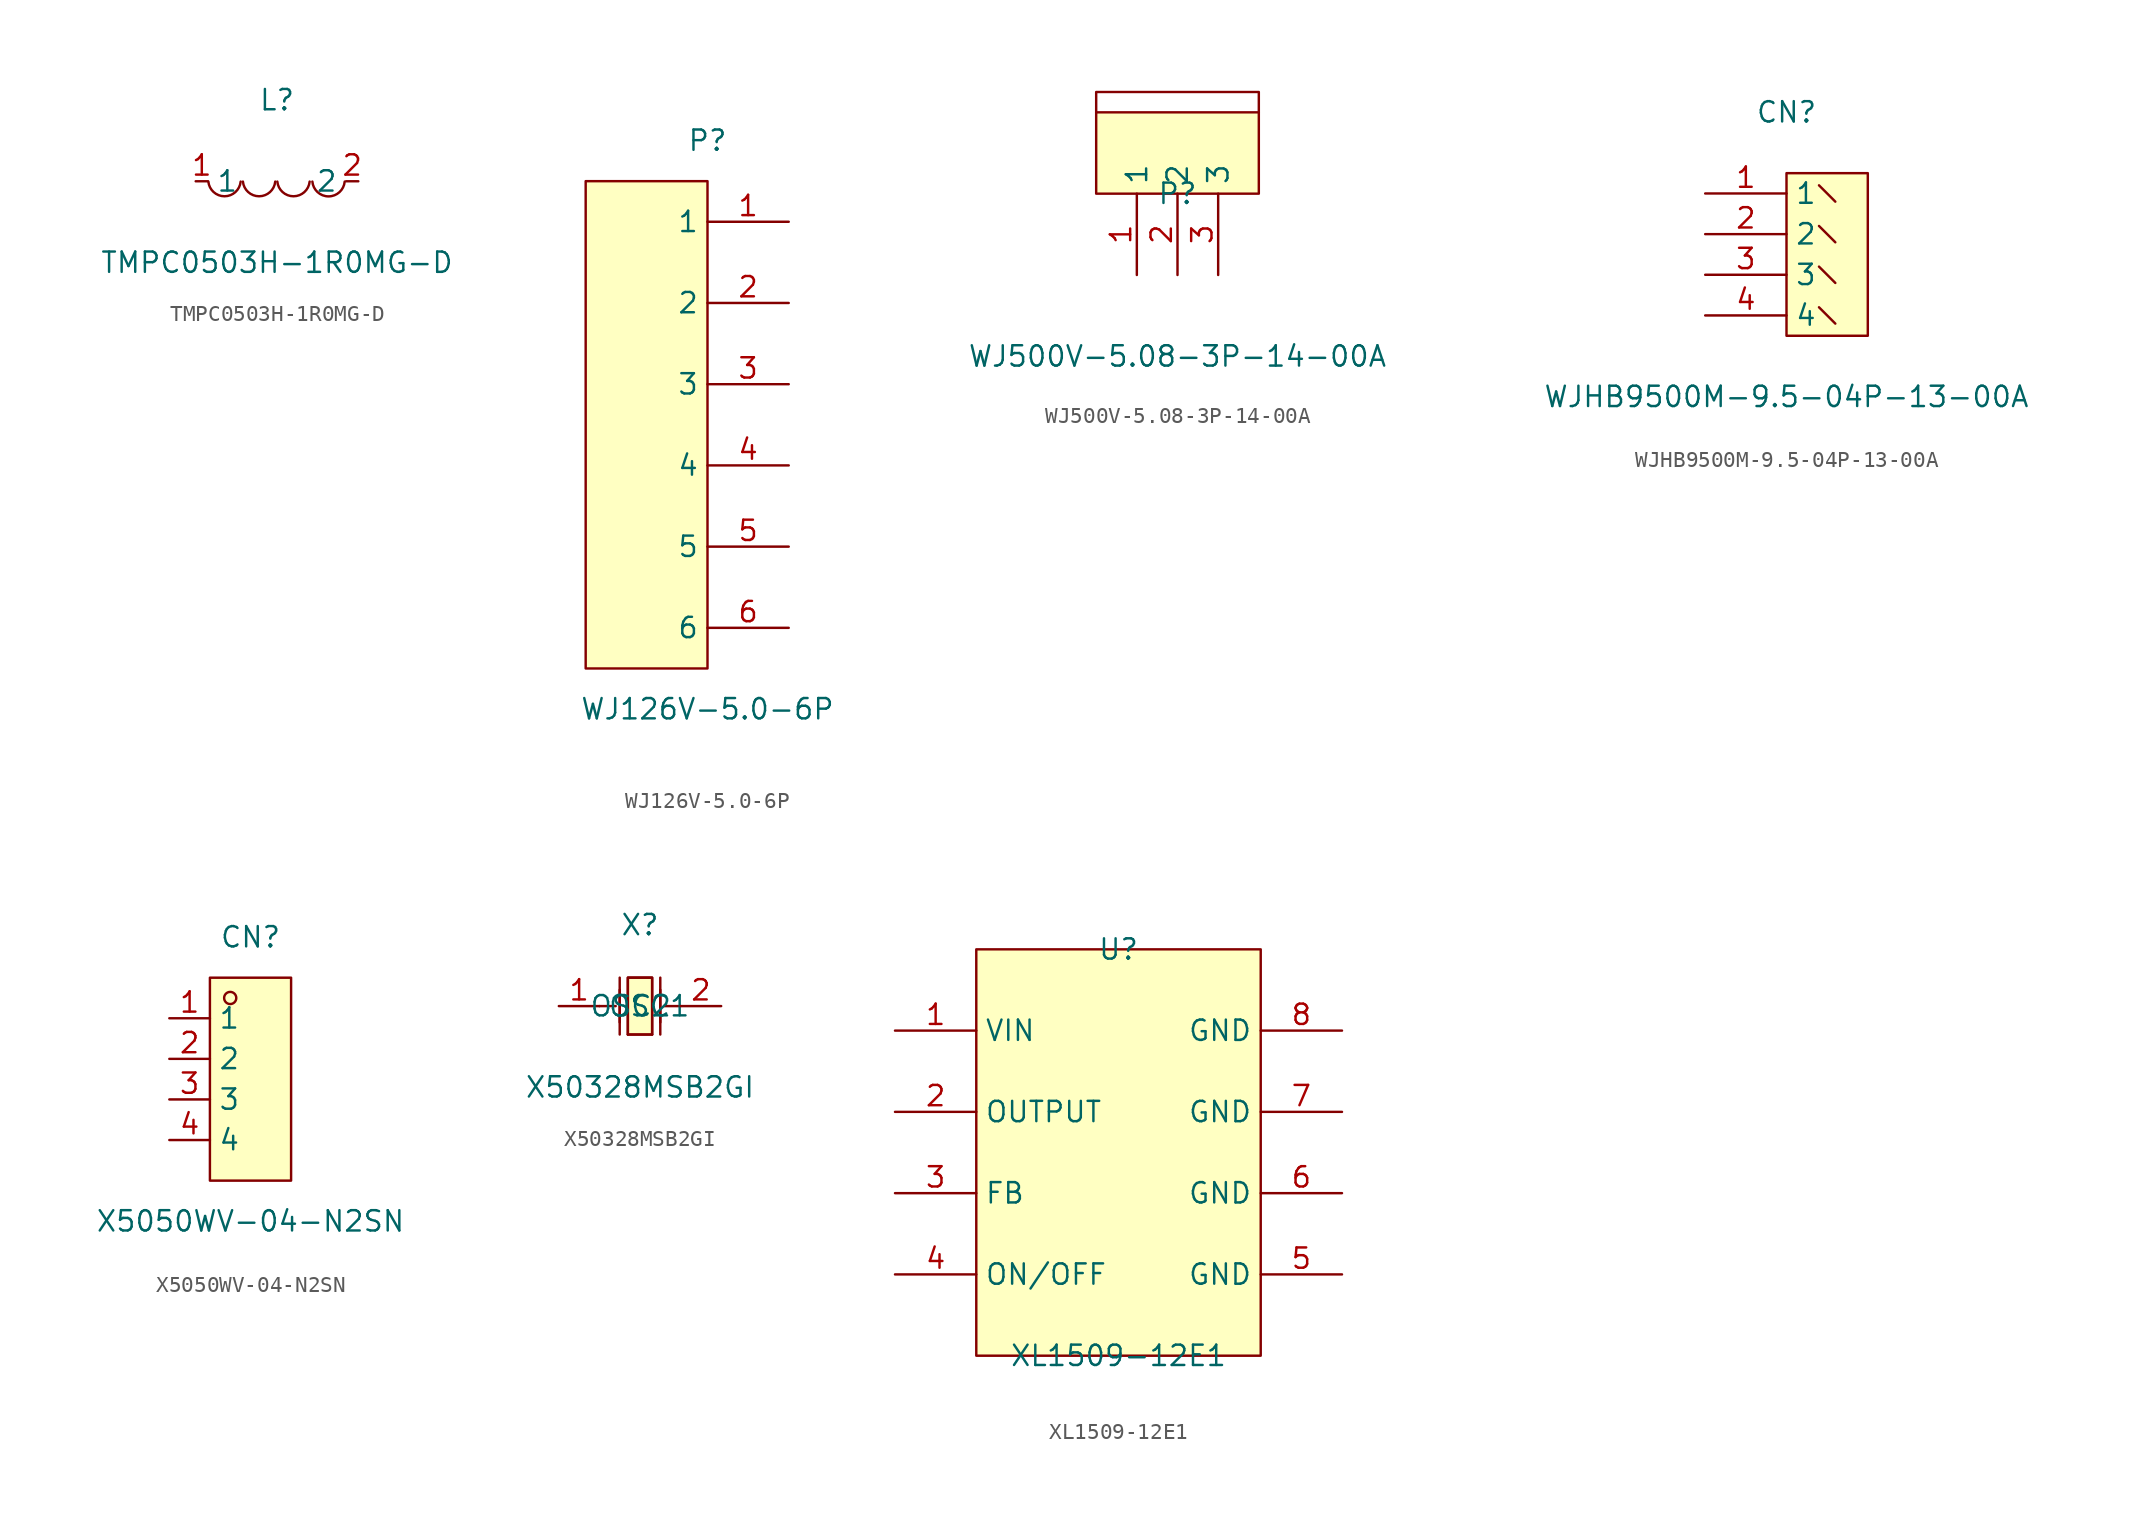
<source format=kicad_sym>
(kicad_symbol_lib
  (version 20211014)
  (generator https://github.com/uPesy/easyeda2kicad.py)
  (symbol "TMPC0503H-1R0MG-D"
    (property "Reference" "L"
      (at 0 5.08 0)
      (effects (font (size 1.27 1.27))))
    (property "Value" "TMPC0503H-1R0MG-D"
      (at 0 -5.08 0)
      (effects (font (size 1.27 1.27))))
    (symbol "TMPC0503H-1R0MG-D_0_1"
      (arc (start 2.21 -0.02) (mid 3.30 -1.12) (end 4.23 -0.02) (stroke (width 0) (type default) (color 0 0 0 0)) (fill (type none)))
      (arc (start 0.02 -0.02) (mid 1.79 -0.79) (end 2.04 -0.02) (stroke (width 0) (type default) (color 0 0 0 0)) (fill (type none)))
      (arc (start -2.13 -0.02) (mid -0.36 -0.79) (end -0.11 -0.02) (stroke (width 0) (type default) (color 0 0 0 0)) (fill (type none)))
      (arc (start -4.29 -0.02) (mid -2.52 -0.79) (end -2.27 -0.02) (stroke (width 0) (type default) (color 0 0 0 0)) (fill (type none)))
      (pin unspecified line (at -5.08 -0.00 0) (length 0.762) (name "1" (effects (font (size 1.27 1.27)))) (number "1" (effects (font (size 1.27 1.27)))))
      (pin unspecified line (at 5.08 -0.00 180) (length 0.762) (name "2" (effects (font (size 1.27 1.27)))) (number "2" (effects (font (size 1.27 1.27)))))))
  (symbol "WJ126V-5.0-6P"
    (property "Reference" "P"
      (at 0 17.78 0)
      (effects (font (size 1.27 1.27))))
    (property "Value" "WJ126V-5.0-6P"
      (at 0 -17.78 0)
      (effects (font (size 1.27 1.27))))
    (symbol "WJ126V-5.0-6P_0_1"
      (rectangle (start -7.62 15.24) (end 0.00 -15.24) (stroke (width 0) (type default) (color 0 0 0 0)) (fill (type background)))
      (pin input line (at 5.08 12.70 180) (length 5.08) (name "1" (effects (font (size 1.27 1.27)))) (number "1" (effects (font (size 1.27 1.27)))))
      (pin input line (at 5.08 7.62 180) (length 5.08) (name "2" (effects (font (size 1.27 1.27)))) (number "2" (effects (font (size 1.27 1.27)))))
      (pin input line (at 5.08 2.54 180) (length 5.08) (name "3" (effects (font (size 1.27 1.27)))) (number "3" (effects (font (size 1.27 1.27)))))
      (pin input line (at 5.08 -2.54 180) (length 5.08) (name "4" (effects (font (size 1.27 1.27)))) (number "4" (effects (font (size 1.27 1.27)))))
      (pin input line (at 5.08 -7.62 180) (length 5.08) (name "5" (effects (font (size 1.27 1.27)))) (number "5" (effects (font (size 1.27 1.27)))))
      (pin input line (at 5.08 -12.70 180) (length 5.08) (name "6" (effects (font (size 1.27 1.27)))) (number "6" (effects (font (size 1.27 1.27)))))))
  (symbol "WJ500V-5.08-3P-14-00A"
    (property "Reference" "P"
      (at 0 0.00 0)
      (effects (font (size 1.27 1.27))))
    (property "Value" "WJ500V-5.08-3P-14-00A"
      (at 0 -10.16 0)
      (effects (font (size 1.27 1.27))))
    (symbol "WJ500V-5.08-3P-14-00A_0_1"
      (rectangle (start -5.08 5.08) (end 5.08 0.00) (stroke (width 0) (type default) (color 0 0 0 0)) (fill (type background)))
      (polyline (pts (xy -5.08 5.08) (xy -5.08 6.35) (xy 5.08 6.35) (xy 5.08 5.08)) (stroke (width 0) (type default) (color 0 0 0 0)) (fill (type none)))
      (pin unspecified line (at -2.54 -5.08 90) (length 5.08) (name "1" (effects (font (size 1.27 1.27)))) (number "1" (effects (font (size 1.27 1.27)))))
      (pin unspecified line (at 0.00 -5.08 90) (length 5.08) (name "2" (effects (font (size 1.27 1.27)))) (number "2" (effects (font (size 1.27 1.27)))))
      (pin unspecified line (at 2.54 -5.08 90) (length 5.08) (name "3" (effects (font (size 1.27 1.27)))) (number "3" (effects (font (size 1.27 1.27)))))))
  (symbol "WJHB9500M-9.5-04P-13-00A"
    (property "Reference" "CN"
      (at 0 10.16 0)
      (effects (font (size 1.27 1.27))))
    (property "Value" "WJHB9500M-9.5-04P-13-00A"
      (at 0 -7.62 0)
      (effects (font (size 1.27 1.27))))
    (symbol "WJHB9500M-9.5-04P-13-00A_0_1"
      (rectangle (start 0.00 6.35) (end 5.08 -3.81) (stroke (width 0) (type default) (color 0 0 0 0)) (fill (type background)))
      (polyline (pts (xy 3.05 -3.05) (xy 2.03 -2.03)) (stroke (width 0) (type default) (color 0 0 0 0)) (fill (type none)))
      (polyline (pts (xy 3.05 -0.51) (xy 2.03 0.51)) (stroke (width 0) (type default) (color 0 0 0 0)) (fill (type none)))
      (polyline (pts (xy 3.05 2.03) (xy 2.03 3.05)) (stroke (width 0) (type default) (color 0 0 0 0)) (fill (type none)))
      (polyline (pts (xy 3.05 4.57) (xy 2.03 5.59)) (stroke (width 0) (type default) (color 0 0 0 0)) (fill (type none)))
      (pin unspecified line (at -5.08 5.08 0) (length 5.08) (name "1" (effects (font (size 1.27 1.27)))) (number "1" (effects (font (size 1.27 1.27)))))
      (pin unspecified line (at -5.08 2.54 0) (length 5.08) (name "2" (effects (font (size 1.27 1.27)))) (number "2" (effects (font (size 1.27 1.27)))))
      (pin unspecified line (at -5.08 -0.00 0) (length 5.08) (name "3" (effects (font (size 1.27 1.27)))) (number "3" (effects (font (size 1.27 1.27)))))
      (pin unspecified line (at -5.08 -2.54 0) (length 5.08) (name "4" (effects (font (size 1.27 1.27)))) (number "4" (effects (font (size 1.27 1.27)))))))
  (symbol "X5050WV-04-N2SN"
    (property "Reference" "CN"
      (at 0 8.89 0)
      (effects (font (size 1.27 1.27))))
    (property "Value" "X5050WV-04-N2SN"
      (at 0 -8.89 0)
      (effects (font (size 1.27 1.27))))
    (symbol "X5050WV-04-N2SN_0_1"
      (rectangle (start -2.54 6.35) (end 2.54 -6.35) (stroke (width 0) (type default) (color 0 0 0 0)) (fill (type background)))
      (circle (center -1.27 5.08) (radius 0.38) (stroke (width 0) (type default) (color 0 0 0 0)) (fill (type none)))
      (pin unspecified line (at -5.08 3.81 0) (length 2.54) (name "1" (effects (font (size 1.27 1.27)))) (number "1" (effects (font (size 1.27 1.27)))))
      (pin unspecified line (at -5.08 1.27 0) (length 2.54) (name "2" (effects (font (size 1.27 1.27)))) (number "2" (effects (font (size 1.27 1.27)))))
      (pin unspecified line (at -5.08 -1.27 0) (length 2.54) (name "3" (effects (font (size 1.27 1.27)))) (number "3" (effects (font (size 1.27 1.27)))))
      (pin unspecified line (at -5.08 -3.81 0) (length 2.54) (name "4" (effects (font (size 1.27 1.27)))) (number "4" (effects (font (size 1.27 1.27)))))))
  (symbol "X50328MSB2GI"
    (property "Reference" "X"
      (at 0 5.08 0)
      (effects (font (size 1.27 1.27))))
    (property "Value" "X50328MSB2GI"
      (at 0 -5.08 0)
      (effects (font (size 1.27 1.27))))
    (symbol "X50328MSB2GI_0_1"
      (polyline (pts (xy -1.27 -1.02) (xy -1.27 1.02)) (stroke (width 0) (type default) (color 0 0 0 0)) (fill (type none)))
      (polyline (pts (xy 0.76 -1.78) (xy -0.76 -1.78)) (stroke (width 0) (type default) (color 0 0 0 0)) (fill (type none)))
      (polyline (pts (xy 1.27 -1.02) (xy 1.27 1.02)) (stroke (width 0) (type default) (color 0 0 0 0)) (fill (type none)))
      (polyline (pts (xy -0.76 -1.78) (xy -0.76 1.78) (xy 0.76 1.78) (xy 0.76 -1.78)) (stroke (width 0) (type default) (color 0 0 0 0)) (fill (type none)))
      (polyline (pts (xy 2.54 -0.00) (xy 1.52 -0.00)) (stroke (width 0) (type default) (color 0 0 0 0)) (fill (type none)))
      (polyline (pts (xy -2.54 -0.00) (xy -1.52 -0.00)) (stroke (width 0) (type default) (color 0 0 0 0)) (fill (type none)))
      (polyline (pts (xy 1.27 -1.78) (xy 1.27 1.78)) (stroke (width 0) (type default) (color 0 0 0 0)) (fill (type none)))
      (polyline (pts (xy -1.27 -1.78) (xy -1.27 1.78)) (stroke (width 0) (type default) (color 0 0 0 0)) (fill (type none)))
      (polyline (pts (xy 0.76 1.78) (xy 0.76 -1.78) (xy -0.76 -1.78) (xy -0.76 1.78) (xy 0.76 1.78)) (stroke (width 0) (type default) (color 0 0 0 0)) (fill (type background)))
      (pin input line (at -5.08 -0.00 0) (length 2.54) (name "OSC1" (effects (font (size 1.27 1.27)))) (number "1" (effects (font (size 1.27 1.27)))))
      (pin input line (at 5.08 -0.00 180) (length 2.54) (name "OSC2" (effects (font (size 1.27 1.27)))) (number "2" (effects (font (size 1.27 1.27)))))))
  (symbol "XL1509-12E1"
    (property "Reference" "U"
      (at 0 12.70 0)
      (effects (font (size 1.27 1.27))))
    (property "Value" "XL1509-12E1"
      (at 0 -12.70 0)
      (effects (font (size 1.27 1.27))))
    (symbol "XL1509-12E1_0_1"
      (rectangle (start -8.89 12.70) (end 8.89 -12.70) (stroke (width 0) (type default) (color 0 0 0 0)) (fill (type background)))
      (pin unspecified line (at -13.97 7.62 0) (length 5.08) (name "VIN" (effects (font (size 1.27 1.27)))) (number "1" (effects (font (size 1.27 1.27)))))
      (pin unspecified line (at -13.97 2.54 0) (length 5.08) (name "OUTPUT" (effects (font (size 1.27 1.27)))) (number "2" (effects (font (size 1.27 1.27)))))
      (pin unspecified line (at -13.97 -2.54 0) (length 5.08) (name "FB" (effects (font (size 1.27 1.27)))) (number "3" (effects (font (size 1.27 1.27)))))
      (pin unspecified line (at -13.97 -7.62 0) (length 5.08) (name "ON/OFF" (effects (font (size 1.27 1.27)))) (number "4" (effects (font (size 1.27 1.27)))))
      (pin unspecified line (at 13.97 -7.62 180) (length 5.08) (name "GND" (effects (font (size 1.27 1.27)))) (number "5" (effects (font (size 1.27 1.27)))))
      (pin unspecified line (at 13.97 -2.54 180) (length 5.08) (name "GND" (effects (font (size 1.27 1.27)))) (number "6" (effects (font (size 1.27 1.27)))))
      (pin unspecified line (at 13.97 2.54 180) (length 5.08) (name "GND" (effects (font (size 1.27 1.27)))) (number "7" (effects (font (size 1.27 1.27)))))
      (pin unspecified line (at 13.97 7.62 180) (length 5.08) (name "GND" (effects (font (size 1.27 1.27)))) (number "8" (effects (font (size 1.27 1.27))))))))
</source>
